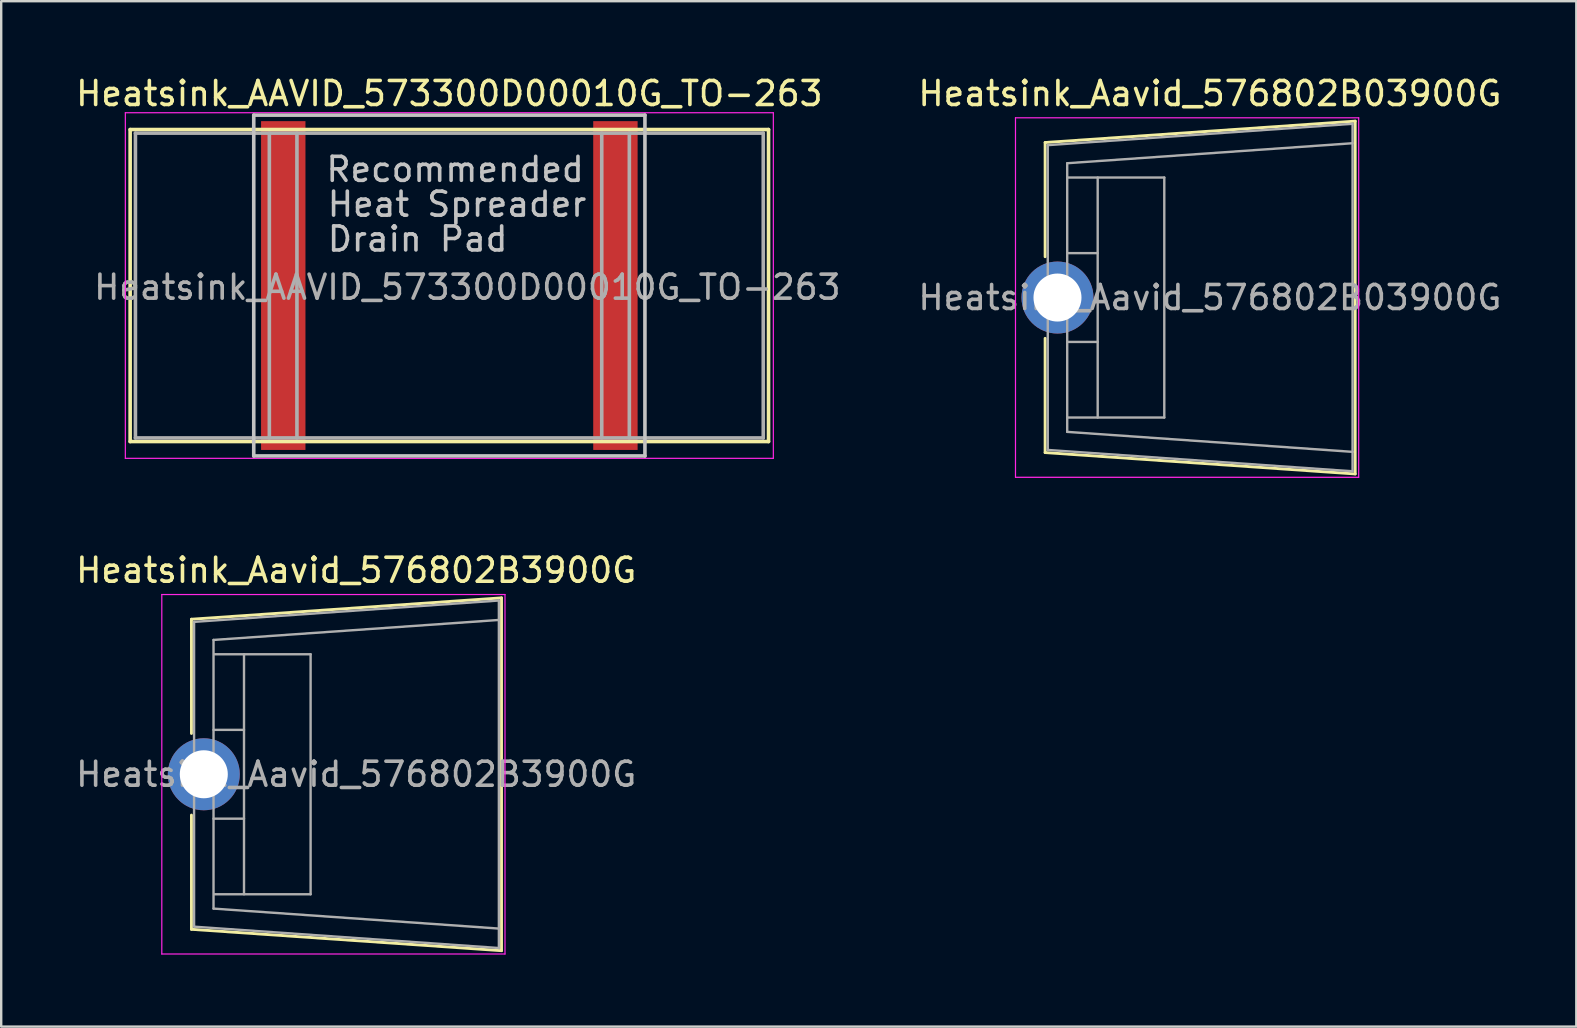
<source format=kicad_pcb>
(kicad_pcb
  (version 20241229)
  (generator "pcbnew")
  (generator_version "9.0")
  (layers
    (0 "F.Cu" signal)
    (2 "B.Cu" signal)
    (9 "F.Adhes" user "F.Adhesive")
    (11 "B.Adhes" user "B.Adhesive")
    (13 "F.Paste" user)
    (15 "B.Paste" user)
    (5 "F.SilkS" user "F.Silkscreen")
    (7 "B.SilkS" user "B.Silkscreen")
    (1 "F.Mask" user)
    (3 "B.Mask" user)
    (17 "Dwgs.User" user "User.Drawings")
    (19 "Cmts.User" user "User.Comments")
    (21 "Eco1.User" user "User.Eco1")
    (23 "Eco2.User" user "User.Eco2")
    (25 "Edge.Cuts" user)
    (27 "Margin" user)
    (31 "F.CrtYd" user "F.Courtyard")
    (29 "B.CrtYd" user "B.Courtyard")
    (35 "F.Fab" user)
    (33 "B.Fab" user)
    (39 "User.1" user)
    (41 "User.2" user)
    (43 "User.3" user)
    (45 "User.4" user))
  (footprint "Heatsink_Aavid_576802B3900G"
    (layer "F.Cu")
    (at 5.442 29.212)
    (property "Reference" "Heatsink_Aavid_576802B3900G" (at 6.35 -8.5 0) (layer "F.SilkS") (effects (font (size 1 1) (thickness 0.15))))
    (attr through_hole)
    (fp_line (start -0.515 -6.46) (end -0.515 -1.7) (stroke (width 0.12) (type solid)) (layer "F.SilkS"))
    (fp_line (start -0.515 -6.46) (end 12.405 -7.35) (stroke (width 0.12) (type solid)) (layer "F.SilkS"))
    (fp_line (start -0.515 1.7) (end -0.515 6.46) (stroke (width 0.12) (type solid)) (layer "F.SilkS"))
    (fp_line (start -0.515 6.46) (end 12.405 7.35) (stroke (width 0.12) (type solid)) (layer "F.SilkS"))
    (fp_line (start 12.405 -7.35) (end 12.405 7.35) (stroke (width 0.12) (type solid)) (layer "F.SilkS"))
    (fp_line (start -1.75 -7.49) (end -1.75 7.49) (stroke (width 0.05) (type solid)) (layer "F.CrtYd"))
    (fp_line (start -1.75 7.49) (end 12.55 7.49) (stroke (width 0.05) (type solid)) (layer "F.CrtYd"))
    (fp_line (start 12.55 -7.49) (end -1.75 -7.49) (stroke (width 0.05) (type solid)) (layer "F.CrtYd"))
    (fp_line (start 12.55 -7.49) (end 12.55 7.49) (stroke (width 0.05) (type solid)) (layer "F.CrtYd"))
    (fp_line (start -0.405 -6.35) (end -0.405 6.35) (stroke (width 0.1) (type solid)) (layer "F.Fab"))
    (fp_line (start -0.405 -6.35) (end 12.295 -7.24) (stroke (width 0.1) (type solid)) (layer "F.Fab"))
    (fp_line (start 0.405 -5.597) (end 0.405 5.597) (stroke (width 0.1) (type solid)) (layer "F.Fab"))
    (fp_line (start 0.405 -5.597) (end 12.295 -6.43) (stroke (width 0.1) (type solid)) (layer "F.Fab"))
    (fp_line (start 0.405 -1.85) (end 1.675 -1.85) (stroke (width 0.1) (type solid)) (layer "F.Fab"))
    (fp_line (start 0.405 1.85) (end 1.675 1.85) (stroke (width 0.1) (type solid)) (layer "F.Fab"))
    (fp_line (start 0.45 -5) (end 4.45 -5) (stroke (width 0.1) (type solid)) (layer "F.Fab"))
    (fp_line (start 1.675 -5) (end 1.675 5) (stroke (width 0.1) (type solid)) (layer "F.Fab"))
    (fp_line (start 4.45 -5) (end 4.45 5) (stroke (width 0.1) (type solid)) (layer "F.Fab"))
    (fp_line (start 4.45 5) (end 0.45 5) (stroke (width 0.1) (type solid)) (layer "F.Fab"))
    (fp_line (start 12.295 -7.24) (end 12.295 7.24) (stroke (width 0.1) (type solid)) (layer "F.Fab"))
    (fp_line (start 12.295 7.24) (end -0.405 6.35) (stroke (width 0.1) (type solid)) (layer "F.Fab"))
    (fp_line (start 12.3 6.43) (end 0.405 5.597) (stroke (width 0.1) (type solid)) (layer "F.Fab"))
    (fp_text user "${REFERENCE}" (at 6.35 0 0) (layer "F.Fab") (effects (font (size 1 1) (thickness 0.15))))
    (pad "1" thru_hole circle (at 0 0) (size 3 3) (drill 2) (layers "*.Cu" "*.Mask")))
  (footprint "Heatsink_AAVID_573300D00010G_TO-263"
    (layer "F.Cu")
    (at 15.673 8.848)
    (property "Reference" "Heatsink_AAVID_573300D00010G_TO-263" (at 0 -8 0) (layer "F.SilkS") (effects (font (size 1 1) (thickness 0.15))))
    (attr smd)
    (fp_line (start -13.3 -6.5) (end 13.3 -6.5) (stroke (width 0.15) (type solid)) (layer "F.SilkS"))
    (fp_line (start -13.3 6.5) (end -13.3 -6.5) (stroke (width 0.15) (type solid)) (layer "F.SilkS"))
    (fp_line (start -13.3 6.5) (end 13.3 6.5) (stroke (width 0.15) (type solid)) (layer "F.SilkS"))
    (fp_line (start 13.3 -6.5) (end 13.3 6.5) (stroke (width 0.15) (type solid)) (layer "F.SilkS"))
    (fp_line (start -8.15 -7.1) (end 8.15 -7.1) (stroke (width 0.15) (type solid)) (layer "Dwgs.User"))
    (fp_line (start -8.15 7.1) (end -8.15 -7.1) (stroke (width 0.15) (type solid)) (layer "Dwgs.User"))
    (fp_line (start -8.15 7.1) (end 8.15 7.1) (stroke (width 0.15) (type solid)) (layer "Dwgs.User"))
    (fp_line (start 8.15 7.1) (end 8.15 -7.1) (stroke (width 0.15) (type solid)) (layer "Dwgs.User"))
    (fp_line (start -13.5 -7.2) (end -13.5 7.2) (stroke (width 0.05) (type solid)) (layer "F.CrtYd"))
    (fp_line (start -13.5 7.2) (end 13.5 7.2) (stroke (width 0.05) (type solid)) (layer "F.CrtYd"))
    (fp_line (start 13.5 -7.2) (end -13.5 -7.2) (stroke (width 0.05) (type solid)) (layer "F.CrtYd"))
    (fp_line (start 13.5 7.2) (end 13.5 -7.2) (stroke (width 0.05) (type solid)) (layer "F.CrtYd"))
    (fp_line (start -13.08 -6.35) (end 13.08 -6.35) (stroke (width 0.15) (type solid)) (layer "F.Fab"))
    (fp_line (start -13.08 6.35) (end -13.08 -6.35) (stroke (width 0.15) (type solid)) (layer "F.Fab"))
    (fp_line (start -13.08 6.35) (end 13.08 6.35) (stroke (width 0.15) (type solid)) (layer "F.Fab"))
    (fp_line (start -7.5 6.35) (end -7.5 -6.35) (stroke (width 0.15) (type solid)) (layer "F.Fab"))
    (fp_line (start -6.35 6.35) (end -6.35 -6.35) (stroke (width 0.15) (type solid)) (layer "F.Fab"))
    (fp_line (start 6.35 6.35) (end 6.35 -6.35) (stroke (width 0.15) (type solid)) (layer "F.Fab"))
    (fp_line (start 7.5 6.35) (end 7.5 -6.35) (stroke (width 0.15) (type solid)) (layer "F.Fab"))
    (fp_line (start 13.08 -6.35) (end 13.08 6.35) (stroke (width 0.15) (type solid)) (layer "F.Fab"))
    (fp_text user "Drain Pad" (at -1.32 -1.94 0) (layer "Dwgs.User") (effects (font (size 1 1) (thickness 0.15))))
    (fp_text user "Heat Spreader" (at 0.32 -3.39 0) (layer "Dwgs.User") (effects (font (size 1 1) (thickness 0.15))))
    (fp_text user "Recommended" (at 0.24 -4.84 0) (layer "Dwgs.User") (effects (font (size 1 1) (thickness 0.15))))
    (fp_text user "${REFERENCE}" (at 0.75 0.07 0) (layer "F.Fab") (effects (font (size 1 1) (thickness 0.15))))
    (pad "1" smd rect (at -6.92 0) (size 1.85 13.7) (layers "F.Cu" "F.Mask" "F.Paste"))
    (pad "1" smd rect (at 6.92 0) (size 1.85 13.7) (layers "F.Cu" "F.Mask" "F.Paste")))
  (footprint "Heatsink_Aavid_576802B03900G"
    (layer "F.Cu")
    (at 41.013 9.348)
    (property "Reference" "Heatsink_Aavid_576802B03900G" (at 6.35 -8.5 0) (layer "F.SilkS") (effects (font (size 1 1) (thickness 0.15))))
    (attr through_hole)
    (fp_line (start -0.515 -6.46) (end -0.515 -1.7) (stroke (width 0.12) (type solid)) (layer "F.SilkS"))
    (fp_line (start -0.515 -6.46) (end 12.405 -7.35) (stroke (width 0.12) (type solid)) (layer "F.SilkS"))
    (fp_line (start -0.515 1.7) (end -0.515 6.46) (stroke (width 0.12) (type solid)) (layer "F.SilkS"))
    (fp_line (start -0.515 6.46) (end 12.405 7.35) (stroke (width 0.12) (type solid)) (layer "F.SilkS"))
    (fp_line (start 12.405 -7.35) (end 12.405 7.35) (stroke (width 0.12) (type solid)) (layer "F.SilkS"))
    (fp_line (start -1.75 -7.49) (end -1.75 7.49) (stroke (width 0.05) (type solid)) (layer "F.CrtYd"))
    (fp_line (start -1.75 7.49) (end 12.55 7.49) (stroke (width 0.05) (type solid)) (layer "F.CrtYd"))
    (fp_line (start 12.55 -7.49) (end -1.75 -7.49) (stroke (width 0.05) (type solid)) (layer "F.CrtYd"))
    (fp_line (start 12.55 -7.49) (end 12.55 7.49) (stroke (width 0.05) (type solid)) (layer "F.CrtYd"))
    (fp_line (start -0.405 -6.35) (end -0.405 6.35) (stroke (width 0.1) (type solid)) (layer "F.Fab"))
    (fp_line (start -0.405 -6.35) (end 12.295 -7.24) (stroke (width 0.1) (type solid)) (layer "F.Fab"))
    (fp_line (start 0.405 -5.597) (end 0.405 5.597) (stroke (width 0.1) (type solid)) (layer "F.Fab"))
    (fp_line (start 0.405 -5.597) (end 12.295 -6.43) (stroke (width 0.1) (type solid)) (layer "F.Fab"))
    (fp_line (start 0.405 -1.85) (end 1.675 -1.85) (stroke (width 0.1) (type solid)) (layer "F.Fab"))
    (fp_line (start 0.405 1.85) (end 1.675 1.85) (stroke (width 0.1) (type solid)) (layer "F.Fab"))
    (fp_line (start 0.45 -5) (end 4.45 -5) (stroke (width 0.1) (type solid)) (layer "F.Fab"))
    (fp_line (start 1.675 -5) (end 1.675 5) (stroke (width 0.1) (type solid)) (layer "F.Fab"))
    (fp_line (start 4.45 -5) (end 4.45 5) (stroke (width 0.1) (type solid)) (layer "F.Fab"))
    (fp_line (start 4.45 5) (end 0.45 5) (stroke (width 0.1) (type solid)) (layer "F.Fab"))
    (fp_line (start 12.295 -7.24) (end 12.295 7.24) (stroke (width 0.1) (type solid)) (layer "F.Fab"))
    (fp_line (start 12.295 7.24) (end -0.405 6.35) (stroke (width 0.1) (type solid)) (layer "F.Fab"))
    (fp_line (start 12.3 6.43) (end 0.405 5.597) (stroke (width 0.1) (type solid)) (layer "F.Fab"))
    (fp_text user "${REFERENCE}" (at 6.35 0 0) (layer "F.Fab") (effects (font (size 1 1) (thickness 0.15))))
    (pad "1" thru_hole circle (at 0 0) (size 3 3) (drill 2) (layers "*.Cu" "*.Mask")))
  (gr_rect
    (start -3 -3)
    (end 62.631 39.727)
    (stroke (width 0.1) (type default))
    (fill no)
    (layer "Edge.Cuts")))
</source>
